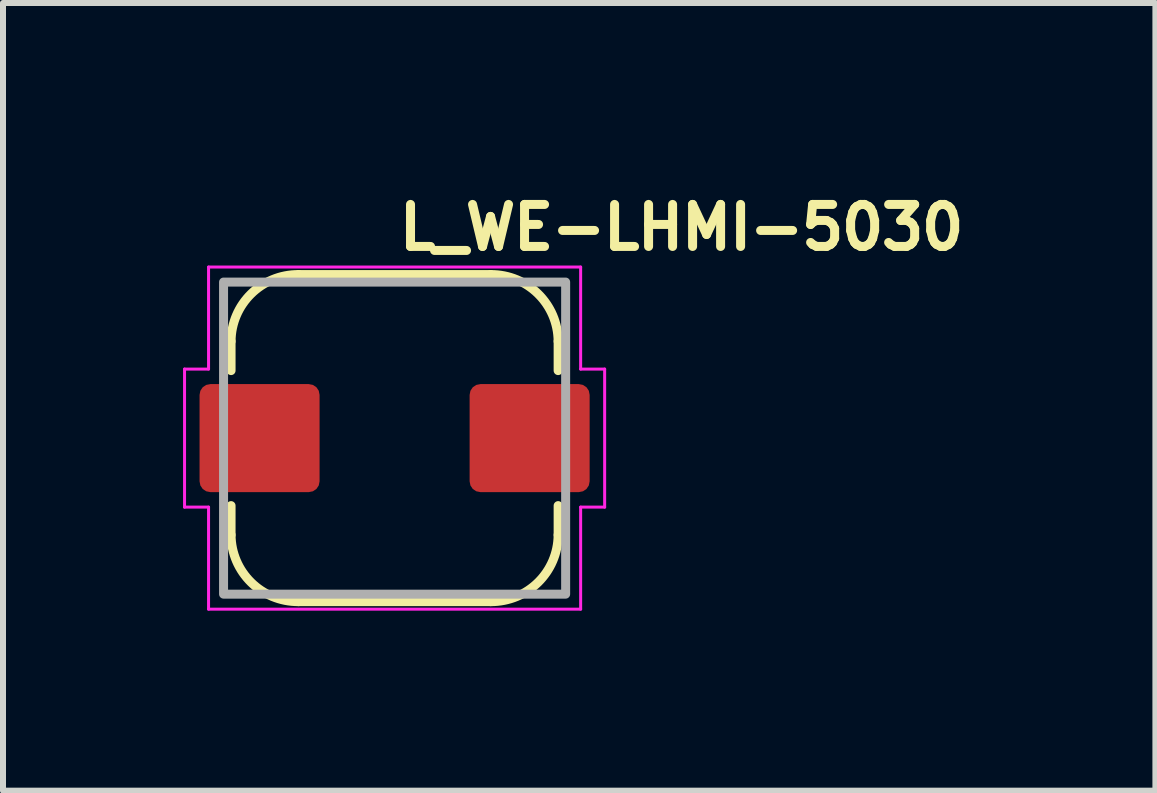
<source format=kicad_pcb>
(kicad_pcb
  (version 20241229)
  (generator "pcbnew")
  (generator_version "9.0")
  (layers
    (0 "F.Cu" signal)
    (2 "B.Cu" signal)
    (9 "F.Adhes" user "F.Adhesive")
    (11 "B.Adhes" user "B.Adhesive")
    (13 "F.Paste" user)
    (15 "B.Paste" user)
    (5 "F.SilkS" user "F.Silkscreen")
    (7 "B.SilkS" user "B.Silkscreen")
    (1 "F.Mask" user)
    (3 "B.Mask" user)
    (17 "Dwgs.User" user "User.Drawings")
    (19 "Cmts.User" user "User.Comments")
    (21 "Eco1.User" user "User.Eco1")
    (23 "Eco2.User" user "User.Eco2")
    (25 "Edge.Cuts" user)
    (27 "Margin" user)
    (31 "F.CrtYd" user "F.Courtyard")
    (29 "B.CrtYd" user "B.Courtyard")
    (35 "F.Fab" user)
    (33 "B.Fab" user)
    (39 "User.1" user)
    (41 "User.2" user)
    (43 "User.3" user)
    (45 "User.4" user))
  (footprint "L_WE-LHMI-5030"
    (layer "F.Cu")
    (at 3.525 4.25)
    (property "Reference" "L_WE-LHMI-5030" (at 0 -3.1 180) (layer "F.SilkS") (effects (font (size 0.7 0.7) (thickness 0.15)) (justify left bottom)))
    (attr smd)
    (fp_line (start -2.725 -1.613) (end -2.725 -1.125) (stroke (width 0.15) (type solid)) (layer "F.SilkS"))
    (fp_line (start -2.725 1.613) (end -2.725 1.125) (stroke (width 0.15) (type solid)) (layer "F.SilkS"))
    (fp_line (start -1.6 -2.725) (end 1.6 -2.725) (stroke (width 0.15) (type solid)) (layer "F.SilkS"))
    (fp_line (start 1.6 2.725) (end -1.6 2.725) (stroke (width 0.15) (type solid)) (layer "F.SilkS"))
    (fp_line (start 2.725 -1.613) (end 2.725 -1.125) (stroke (width 0.15) (type solid)) (layer "F.SilkS"))
    (fp_line (start 2.725 1.613) (end 2.725 1.125) (stroke (width 0.15) (type solid)) (layer "F.SilkS"))
    (fp_arc (start -2.725 -1.6125) (mid -2.392906 -2.401745) (end -1.6 -2.725) (stroke (width 0.15) (type solid)) (layer "F.SilkS"))
    (fp_arc (start -1.6 2.725) (mid -2.392906 2.401745) (end -2.725 1.6125) (stroke (width 0.15) (type solid)) (layer "F.SilkS"))
    (fp_arc (start 1.6 -2.725) (mid 2.392906 -2.401745) (end 2.725 -1.6125) (stroke (width 0.15) (type solid)) (layer "F.SilkS"))
    (fp_arc (start 2.725 1.6125) (mid 2.392906 2.401745) (end 1.6 2.725) (stroke (width 0.15) (type solid)) (layer "F.SilkS"))
    (fp_line (start -3.5 1.15) (end -3.5 -1.15) (stroke (width 0.05) (type solid)) (layer "F.CrtYd"))
    (fp_line (start -3.1 -2.85) (end 3.1 -2.85) (stroke (width 0.05) (type solid)) (layer "F.CrtYd"))
    (fp_line (start -3.1 -1.15) (end -3.5 -1.15) (stroke (width 0.05) (type solid)) (layer "F.CrtYd"))
    (fp_line (start -3.1 -1.15) (end -3.1 -2.85) (stroke (width 0.05) (type solid)) (layer "F.CrtYd"))
    (fp_line (start -3.1 1.15) (end -3.5 1.15) (stroke (width 0.05) (type solid)) (layer "F.CrtYd"))
    (fp_line (start -3.1 2.85) (end -3.1 1.15) (stroke (width 0.05) (type solid)) (layer "F.CrtYd"))
    (fp_line (start 3.1 -2.85) (end 3.1 -1.15) (stroke (width 0.05) (type solid)) (layer "F.CrtYd"))
    (fp_line (start 3.1 -1.15) (end 3.5 -1.15) (stroke (width 0.05) (type solid)) (layer "F.CrtYd"))
    (fp_line (start 3.1 1.15) (end 3.1 2.85) (stroke (width 0.05) (type solid)) (layer "F.CrtYd"))
    (fp_line (start 3.1 1.15) (end 3.5 1.15) (stroke (width 0.05) (type solid)) (layer "F.CrtYd"))
    (fp_line (start 3.1 2.85) (end -3.1 2.85) (stroke (width 0.05) (type solid)) (layer "F.CrtYd"))
    (fp_line (start 3.5 -1.15) (end 3.5 1.15) (stroke (width 0.05) (type solid)) (layer "F.CrtYd"))
    (fp_rect (start -2.85 -2.6) (end 2.85 2.6) (stroke (width 0.15) (type solid)) (fill no) (layer "F.Fab"))
    (fp_rect (start -2.85 -2.6) (end 2.85 2.6) (stroke (width 0.1) (type solid)) (fill no) (layer "User.5"))
    (fp_line (start -2.85 -0.75) (end -2.85 0.75) (stroke (width 0.02) (type solid)) (layer "User.9"))
    (fp_line (start -2.85 -0.75) (end -2.85 0.75) (stroke (width 0.02) (type solid)) (layer "User.9"))
    (fp_line (start -2.6 -0.75) (end -2.85 -0.75) (stroke (width 0.02) (type solid)) (layer "User.9"))
    (fp_line (start -2.6 0.75) (end -2.85 0.75) (stroke (width 0.02) (type solid)) (layer "User.9"))
    (fp_line (start -2.6 1.6) (end -2.6 -1.6) (stroke (width 0.02) (type solid)) (layer "User.9"))
    (fp_line (start -2.6 1.6) (end -2.598 1.651) (stroke (width 0.02) (type solid)) (layer "User.9"))
    (fp_line (start -2.598 -1.651) (end -2.6 -1.6) (stroke (width 0.02) (type solid)) (layer "User.9"))
    (fp_line (start -2.598 1.651) (end -2.594 1.702) (stroke (width 0.02) (type solid)) (layer "User.9"))
    (fp_line (start -2.594 -1.702) (end -2.598 -1.651) (stroke (width 0.02) (type solid)) (layer "User.9"))
    (fp_line (start -2.594 1.702) (end -2.588 1.752) (stroke (width 0.02) (type solid)) (layer "User.9"))
    (fp_line (start -2.588 -1.752) (end -2.594 -1.702) (stroke (width 0.02) (type solid)) (layer "User.9"))
    (fp_line (start -2.588 1.752) (end -2.579 1.801) (stroke (width 0.02) (type solid)) (layer "User.9"))
    (fp_line (start -2.579 -1.801) (end -2.588 -1.752) (stroke (width 0.02) (type solid)) (layer "User.9"))
    (fp_line (start -2.579 1.801) (end -2.568 1.849) (stroke (width 0.02) (type solid)) (layer "User.9"))
    (fp_line (start -2.568 -1.849) (end -2.579 -1.801) (stroke (width 0.02) (type solid)) (layer "User.9"))
    (fp_line (start -2.568 1.849) (end -2.555 1.897) (stroke (width 0.02) (type solid)) (layer "User.9"))
    (fp_line (start -2.555 -1.897) (end -2.568 -1.849) (stroke (width 0.02) (type solid)) (layer "User.9"))
    (fp_line (start -2.555 1.897) (end -2.539 1.943) (stroke (width 0.02) (type solid)) (layer "User.9"))
    (fp_line (start -2.539 -1.943) (end -2.555 -1.897) (stroke (width 0.02) (type solid)) (layer "User.9"))
    (fp_line (start -2.539 1.943) (end -2.521 1.989) (stroke (width 0.02) (type solid)) (layer "User.9"))
    (fp_line (start -2.521 -1.989) (end -2.539 -1.943) (stroke (width 0.02) (type solid)) (layer "User.9"))
    (fp_line (start -2.521 1.989) (end -2.501 2.032) (stroke (width 0.02) (type solid)) (layer "User.9"))
    (fp_line (start -2.501 -2.032) (end -2.521 -1.989) (stroke (width 0.02) (type solid)) (layer "User.9"))
    (fp_line (start -2.501 2.032) (end -2.479 2.076) (stroke (width 0.02) (type solid)) (layer "User.9"))
    (fp_line (start -2.479 -2.076) (end -2.501 -2.032) (stroke (width 0.02) (type solid)) (layer "User.9"))
    (fp_line (start -2.479 2.076) (end -2.455 2.118) (stroke (width 0.02) (type solid)) (layer "User.9"))
    (fp_line (start -2.455 -2.118) (end -2.479 -2.076) (stroke (width 0.02) (type solid)) (layer "User.9"))
    (fp_line (start -2.455 2.118) (end -2.429 2.159) (stroke (width 0.02) (type solid)) (layer "User.9"))
    (fp_line (start -2.429 -2.159) (end -2.455 -2.118) (stroke (width 0.02) (type solid)) (layer "User.9"))
    (fp_line (start -2.429 2.159) (end -2.401 2.198) (stroke (width 0.02) (type solid)) (layer "User.9"))
    (fp_line (start -2.401 -2.198) (end -2.429 -2.159) (stroke (width 0.02) (type solid)) (layer "User.9"))
    (fp_line (start -2.401 2.198) (end -2.371 2.236) (stroke (width 0.02) (type solid)) (layer "User.9"))
    (fp_line (start -2.4 -1.6) (end -2.4 1.6) (stroke (width 0.02) (type solid)) (layer "User.9"))
    (fp_line (start -2.4 1.6) (end -2.399 1.639) (stroke (width 0.02) (type solid)) (layer "User.9"))
    (fp_line (start -2.399 -1.639) (end -2.4 -1.6) (stroke (width 0.02) (type solid)) (layer "User.9"))
    (fp_line (start -2.399 1.639) (end -2.396 1.679) (stroke (width 0.02) (type solid)) (layer "User.9"))
    (fp_line (start -2.396 -1.679) (end -2.399 -1.639) (stroke (width 0.02) (type solid)) (layer "User.9"))
    (fp_line (start -2.396 1.679) (end -2.391 1.718) (stroke (width 0.02) (type solid)) (layer "User.9"))
    (fp_line (start -2.391 -1.718) (end -2.396 -1.679) (stroke (width 0.02) (type solid)) (layer "User.9"))
    (fp_line (start -2.391 1.718) (end -2.384 1.756) (stroke (width 0.02) (type solid)) (layer "User.9"))
    (fp_line (start -2.384 -1.756) (end -2.391 -1.718) (stroke (width 0.02) (type solid)) (layer "User.9"))
    (fp_line (start -2.384 1.756) (end -2.375 1.795) (stroke (width 0.02) (type solid)) (layer "User.9"))
    (fp_line (start -2.375 -1.795) (end -2.384 -1.756) (stroke (width 0.02) (type solid)) (layer "User.9"))
    (fp_line (start -2.375 1.795) (end -2.365 1.832) (stroke (width 0.02) (type solid)) (layer "User.9"))
    (fp_line (start -2.371 -2.236) (end -2.401 -2.198) (stroke (width 0.02) (type solid)) (layer "User.9"))
    (fp_line (start -2.371 2.236) (end -2.34 2.272) (stroke (width 0.02) (type solid)) (layer "User.9"))
    (fp_line (start -2.365 -1.832) (end -2.375 -1.795) (stroke (width 0.02) (type solid)) (layer "User.9"))
    (fp_line (start -2.365 1.832) (end -2.353 1.869) (stroke (width 0.02) (type solid)) (layer "User.9"))
    (fp_line (start -2.353 -1.869) (end -2.365 -1.832) (stroke (width 0.02) (type solid)) (layer "User.9"))
    (fp_line (start -2.353 1.869) (end -2.339 1.906) (stroke (width 0.02) (type solid)) (layer "User.9"))
    (fp_line (start -2.34 -2.272) (end -2.371 -2.236) (stroke (width 0.02) (type solid)) (layer "User.9"))
    (fp_line (start -2.34 2.272) (end -2.307 2.307) (stroke (width 0.02) (type solid)) (layer "User.9"))
    (fp_line (start -2.339 -1.906) (end -2.353 -1.869) (stroke (width 0.02) (type solid)) (layer "User.9"))
    (fp_line (start -2.339 1.906) (end -2.323 1.941) (stroke (width 0.02) (type solid)) (layer "User.9"))
    (fp_line (start -2.323 -1.941) (end -2.339 -1.906) (stroke (width 0.02) (type solid)) (layer "User.9"))
    (fp_line (start -2.323 1.941) (end -2.305 1.976) (stroke (width 0.02) (type solid)) (layer "User.9"))
    (fp_line (start -2.307 -2.307) (end -2.34 -2.272) (stroke (width 0.02) (type solid)) (layer "User.9"))
    (fp_line (start -2.307 2.307) (end -2.272 2.34) (stroke (width 0.02) (type solid)) (layer "User.9"))
    (fp_line (start -2.305 -1.976) (end -2.323 -1.941) (stroke (width 0.02) (type solid)) (layer "User.9"))
    (fp_line (start -2.305 1.976) (end -2.286 2.01) (stroke (width 0.02) (type solid)) (layer "User.9"))
    (fp_line (start -2.286 -2.01) (end -2.305 -1.976) (stroke (width 0.02) (type solid)) (layer "User.9"))
    (fp_line (start -2.286 2.01) (end -2.265 2.043) (stroke (width 0.02) (type solid)) (layer "User.9"))
    (fp_line (start -2.272 -2.34) (end -2.307 -2.307) (stroke (width 0.02) (type solid)) (layer "User.9"))
    (fp_line (start -2.272 2.34) (end -2.236 2.371) (stroke (width 0.02) (type solid)) (layer "User.9"))
    (fp_line (start -2.265 -2.043) (end -2.286 -2.01) (stroke (width 0.02) (type solid)) (layer "User.9"))
    (fp_line (start -2.265 2.043) (end -2.243 2.075) (stroke (width 0.02) (type solid)) (layer "User.9"))
    (fp_line (start -2.243 -2.075) (end -2.265 -2.043) (stroke (width 0.02) (type solid)) (layer "User.9"))
    (fp_line (start -2.243 2.075) (end -2.218 2.107) (stroke (width 0.02) (type solid)) (layer "User.9"))
    (fp_line (start -2.236 -2.371) (end -2.272 -2.34) (stroke (width 0.02) (type solid)) (layer "User.9"))
    (fp_line (start -2.236 2.371) (end -2.198 2.401) (stroke (width 0.02) (type solid)) (layer "User.9"))
    (fp_line (start -2.218 -2.107) (end -2.243 -2.075) (stroke (width 0.02) (type solid)) (layer "User.9"))
    (fp_line (start -2.218 2.107) (end -2.193 2.136) (stroke (width 0.02) (type solid)) (layer "User.9"))
    (fp_line (start -2.198 -2.401) (end -2.236 -2.371) (stroke (width 0.02) (type solid)) (layer "User.9"))
    (fp_line (start -2.198 2.401) (end -2.159 2.429) (stroke (width 0.02) (type solid)) (layer "User.9"))
    (fp_line (start -2.193 -2.136) (end -2.218 -2.107) (stroke (width 0.02) (type solid)) (layer "User.9"))
    (fp_line (start -2.193 2.136) (end -2.165 2.165) (stroke (width 0.02) (type solid)) (layer "User.9"))
    (fp_line (start -2.165 -2.165) (end -2.193 -2.136) (stroke (width 0.02) (type solid)) (layer "User.9"))
    (fp_line (start -2.165 -2.165) (end -2.165 -2.165) (stroke (width 0.02) (type solid)) (layer "User.9"))
    (fp_line (start -2.165 2.165) (end -2.165 2.165) (stroke (width 0.02) (type solid)) (layer "User.9"))
    (fp_line (start -2.165 2.165) (end -2.136 2.193) (stroke (width 0.02) (type solid)) (layer "User.9"))
    (fp_line (start -2.159 -2.429) (end -2.198 -2.401) (stroke (width 0.02) (type solid)) (layer "User.9"))
    (fp_line (start -2.159 2.429) (end -2.118 2.455) (stroke (width 0.02) (type solid)) (layer "User.9"))
    (fp_line (start -2.136 -2.193) (end -2.165 -2.165) (stroke (width 0.02) (type solid)) (layer "User.9"))
    (fp_line (start -2.136 2.193) (end -2.107 2.218) (stroke (width 0.02) (type solid)) (layer "User.9"))
    (fp_line (start -2.118 -2.455) (end -2.159 -2.429) (stroke (width 0.02) (type solid)) (layer "User.9"))
    (fp_line (start -2.118 2.455) (end -2.076 2.479) (stroke (width 0.02) (type solid)) (layer "User.9"))
    (fp_line (start -2.107 -2.218) (end -2.136 -2.193) (stroke (width 0.02) (type solid)) (layer "User.9"))
    (fp_line (start -2.107 2.218) (end -2.075 2.243) (stroke (width 0.02) (type solid)) (layer "User.9"))
    (fp_line (start -2.076 -2.479) (end -2.118 -2.455) (stroke (width 0.02) (type solid)) (layer "User.9"))
    (fp_line (start -2.076 2.479) (end -2.032 2.501) (stroke (width 0.02) (type solid)) (layer "User.9"))
    (fp_line (start -2.075 -2.243) (end -2.107 -2.218) (stroke (width 0.02) (type solid)) (layer "User.9"))
    (fp_line (start -2.075 2.243) (end -2.043 2.265) (stroke (width 0.02) (type solid)) (layer "User.9"))
    (fp_line (start -2.043 -2.265) (end -2.075 -2.243) (stroke (width 0.02) (type solid)) (layer "User.9"))
    (fp_line (start -2.043 2.265) (end -2.01 2.286) (stroke (width 0.02) (type solid)) (layer "User.9"))
    (fp_line (start -2.032 -2.501) (end -2.076 -2.479) (stroke (width 0.02) (type solid)) (layer "User.9"))
    (fp_line (start -2.032 2.501) (end -1.989 2.521) (stroke (width 0.02) (type solid)) (layer "User.9"))
    (fp_line (start -2.01 -2.286) (end -2.043 -2.265) (stroke (width 0.02) (type solid)) (layer "User.9"))
    (fp_line (start -2.01 2.286) (end -1.976 2.305) (stroke (width 0.02) (type solid)) (layer "User.9"))
    (fp_line (start -1.989 -2.521) (end -2.032 -2.501) (stroke (width 0.02) (type solid)) (layer "User.9"))
    (fp_line (start -1.989 2.521) (end -1.943 2.539) (stroke (width 0.02) (type solid)) (layer "User.9"))
    (fp_line (start -1.976 -2.305) (end -2.01 -2.286) (stroke (width 0.02) (type solid)) (layer "User.9"))
    (fp_line (start -1.976 2.305) (end -1.941 2.323) (stroke (width 0.02) (type solid)) (layer "User.9"))
    (fp_line (start -1.943 -2.539) (end -1.989 -2.521) (stroke (width 0.02) (type solid)) (layer "User.9"))
    (fp_line (start -1.943 2.539) (end -1.897 2.555) (stroke (width 0.02) (type solid)) (layer "User.9"))
    (fp_line (start -1.941 -2.323) (end -1.976 -2.305) (stroke (width 0.02) (type solid)) (layer "User.9"))
    (fp_line (start -1.941 2.323) (end -1.906 2.339) (stroke (width 0.02) (type solid)) (layer "User.9"))
    (fp_line (start -1.906 -2.339) (end -1.941 -2.323) (stroke (width 0.02) (type solid)) (layer "User.9"))
    (fp_line (start -1.906 2.339) (end -1.869 2.353) (stroke (width 0.02) (type solid)) (layer "User.9"))
    (fp_line (start -1.897 -2.555) (end -1.943 -2.539) (stroke (width 0.02) (type solid)) (layer "User.9"))
    (fp_line (start -1.897 2.555) (end -1.849 2.568) (stroke (width 0.02) (type solid)) (layer "User.9"))
    (fp_line (start -1.869 -2.353) (end -1.906 -2.339) (stroke (width 0.02) (type solid)) (layer "User.9"))
    (fp_line (start -1.869 2.353) (end -1.832 2.365) (stroke (width 0.02) (type solid)) (layer "User.9"))
    (fp_line (start -1.849 -2.568) (end -1.897 -2.555) (stroke (width 0.02) (type solid)) (layer "User.9"))
    (fp_line (start -1.849 2.568) (end -1.801 2.579) (stroke (width 0.02) (type solid)) (layer "User.9"))
    (fp_line (start -1.832 -2.365) (end -1.869 -2.353) (stroke (width 0.02) (type solid)) (layer "User.9"))
    (fp_line (start -1.832 2.365) (end -1.795 2.375) (stroke (width 0.02) (type solid)) (layer "User.9"))
    (fp_line (start -1.801 -2.579) (end -1.849 -2.568) (stroke (width 0.02) (type solid)) (layer "User.9"))
    (fp_line (start -1.801 2.579) (end -1.752 2.588) (stroke (width 0.02) (type solid)) (layer "User.9"))
    (fp_line (start -1.795 -2.375) (end -1.832 -2.365) (stroke (width 0.02) (type solid)) (layer "User.9"))
    (fp_line (start -1.795 2.375) (end -1.756 2.384) (stroke (width 0.02) (type solid)) (layer "User.9"))
    (fp_line (start -1.756 -2.384) (end -1.795 -2.375) (stroke (width 0.02) (type solid)) (layer "User.9"))
    (fp_line (start -1.756 2.384) (end -1.718 2.391) (stroke (width 0.02) (type solid)) (layer "User.9"))
    (fp_line (start -1.752 -2.588) (end -1.801 -2.579) (stroke (width 0.02) (type solid)) (layer "User.9"))
    (fp_line (start -1.752 2.588) (end -1.702 2.594) (stroke (width 0.02) (type solid)) (layer "User.9"))
    (fp_line (start -1.718 -2.391) (end -1.756 -2.384) (stroke (width 0.02) (type solid)) (layer "User.9"))
    (fp_line (start -1.718 2.391) (end -1.679 2.396) (stroke (width 0.02) (type solid)) (layer "User.9"))
    (fp_line (start -1.702 -2.594) (end -1.752 -2.588) (stroke (width 0.02) (type solid)) (layer "User.9"))
    (fp_line (start -1.702 2.594) (end -1.651 2.598) (stroke (width 0.02) (type solid)) (layer "User.9"))
    (fp_line (start -1.679 -2.396) (end -1.718 -2.391) (stroke (width 0.02) (type solid)) (layer "User.9"))
    (fp_line (start -1.679 2.396) (end -1.639 2.399) (stroke (width 0.02) (type solid)) (layer "User.9"))
    (fp_line (start -1.651 -2.598) (end -1.702 -2.594) (stroke (width 0.02) (type solid)) (layer "User.9"))
    (fp_line (start -1.651 2.598) (end -1.6 2.6) (stroke (width 0.02) (type solid)) (layer "User.9"))
    (fp_line (start -1.639 -2.399) (end -1.679 -2.396) (stroke (width 0.02) (type solid)) (layer "User.9"))
    (fp_line (start -1.639 2.399) (end -1.6 2.4) (stroke (width 0.02) (type solid)) (layer "User.9"))
    (fp_line (start -1.6 -2.6) (end -1.651 -2.598) (stroke (width 0.02) (type solid)) (layer "User.9"))
    (fp_line (start -1.6 -2.6) (end 1.6 -2.6) (stroke (width 0.02) (type solid)) (layer "User.9"))
    (fp_line (start -1.6 -2.4) (end -1.639 -2.399) (stroke (width 0.02) (type solid)) (layer "User.9"))
    (fp_line (start -1.6 2.4) (end 1.6 2.4) (stroke (width 0.02) (type solid)) (layer "User.9"))
    (fp_line (start 1.6 -2.4) (end -1.6 -2.4) (stroke (width 0.02) (type solid)) (layer "User.9"))
    (fp_line (start 1.6 2.4) (end 1.639 2.399) (stroke (width 0.02) (type solid)) (layer "User.9"))
    (fp_line (start 1.6 2.6) (end -1.6 2.6) (stroke (width 0.02) (type solid)) (layer "User.9"))
    (fp_line (start 1.6 2.6) (end 1.651 2.598) (stroke (width 0.02) (type solid)) (layer "User.9"))
    (fp_line (start 1.639 -2.399) (end 1.6 -2.4) (stroke (width 0.02) (type solid)) (layer "User.9"))
    (fp_line (start 1.639 2.399) (end 1.679 2.396) (stroke (width 0.02) (type solid)) (layer "User.9"))
    (fp_line (start 1.651 -2.598) (end 1.6 -2.6) (stroke (width 0.02) (type solid)) (layer "User.9"))
    (fp_line (start 1.651 2.598) (end 1.702 2.594) (stroke (width 0.02) (type solid)) (layer "User.9"))
    (fp_line (start 1.679 -2.396) (end 1.639 -2.399) (stroke (width 0.02) (type solid)) (layer "User.9"))
    (fp_line (start 1.679 2.396) (end 1.718 2.391) (stroke (width 0.02) (type solid)) (layer "User.9"))
    (fp_line (start 1.702 -2.594) (end 1.651 -2.598) (stroke (width 0.02) (type solid)) (layer "User.9"))
    (fp_line (start 1.702 2.594) (end 1.752 2.588) (stroke (width 0.02) (type solid)) (layer "User.9"))
    (fp_line (start 1.718 -2.391) (end 1.679 -2.396) (stroke (width 0.02) (type solid)) (layer "User.9"))
    (fp_line (start 1.718 2.391) (end 1.756 2.384) (stroke (width 0.02) (type solid)) (layer "User.9"))
    (fp_line (start 1.752 -2.588) (end 1.702 -2.594) (stroke (width 0.02) (type solid)) (layer "User.9"))
    (fp_line (start 1.752 2.588) (end 1.801 2.579) (stroke (width 0.02) (type solid)) (layer "User.9"))
    (fp_line (start 1.756 -2.384) (end 1.718 -2.391) (stroke (width 0.02) (type solid)) (layer "User.9"))
    (fp_line (start 1.756 2.384) (end 1.795 2.375) (stroke (width 0.02) (type solid)) (layer "User.9"))
    (fp_line (start 1.795 -2.375) (end 1.756 -2.384) (stroke (width 0.02) (type solid)) (layer "User.9"))
    (fp_line (start 1.795 2.375) (end 1.832 2.365) (stroke (width 0.02) (type solid)) (layer "User.9"))
    (fp_line (start 1.801 -2.579) (end 1.752 -2.588) (stroke (width 0.02) (type solid)) (layer "User.9"))
    (fp_line (start 1.801 2.579) (end 1.849 2.568) (stroke (width 0.02) (type solid)) (layer "User.9"))
    (fp_line (start 1.832 -2.365) (end 1.795 -2.375) (stroke (width 0.02) (type solid)) (layer "User.9"))
    (fp_line (start 1.832 2.365) (end 1.869 2.353) (stroke (width 0.02) (type solid)) (layer "User.9"))
    (fp_line (start 1.849 -2.568) (end 1.801 -2.579) (stroke (width 0.02) (type solid)) (layer "User.9"))
    (fp_line (start 1.849 2.568) (end 1.897 2.555) (stroke (width 0.02) (type solid)) (layer "User.9"))
    (fp_line (start 1.869 -2.353) (end 1.832 -2.365) (stroke (width 0.02) (type solid)) (layer "User.9"))
    (fp_line (start 1.869 2.353) (end 1.906 2.339) (stroke (width 0.02) (type solid)) (layer "User.9"))
    (fp_line (start 1.897 -2.555) (end 1.849 -2.568) (stroke (width 0.02) (type solid)) (layer "User.9"))
    (fp_line (start 1.897 2.555) (end 1.943 2.539) (stroke (width 0.02) (type solid)) (layer "User.9"))
    (fp_line (start 1.906 -2.339) (end 1.869 -2.353) (stroke (width 0.02) (type solid)) (layer "User.9"))
    (fp_line (start 1.906 2.339) (end 1.941 2.323) (stroke (width 0.02) (type solid)) (layer "User.9"))
    (fp_line (start 1.941 -2.323) (end 1.906 -2.339) (stroke (width 0.02) (type solid)) (layer "User.9"))
    (fp_line (start 1.941 2.323) (end 1.976 2.305) (stroke (width 0.02) (type solid)) (layer "User.9"))
    (fp_line (start 1.943 -2.539) (end 1.897 -2.555) (stroke (width 0.02) (type solid)) (layer "User.9"))
    (fp_line (start 1.943 2.539) (end 1.989 2.521) (stroke (width 0.02) (type solid)) (layer "User.9"))
    (fp_line (start 1.976 -2.305) (end 1.941 -2.323) (stroke (width 0.02) (type solid)) (layer "User.9"))
    (fp_line (start 1.976 2.305) (end 2.01 2.286) (stroke (width 0.02) (type solid)) (layer "User.9"))
    (fp_line (start 1.989 -2.521) (end 1.943 -2.539) (stroke (width 0.02) (type solid)) (layer "User.9"))
    (fp_line (start 1.989 2.521) (end 2.032 2.501) (stroke (width 0.02) (type solid)) (layer "User.9"))
    (fp_line (start 2.01 -2.286) (end 1.976 -2.305) (stroke (width 0.02) (type solid)) (layer "User.9"))
    (fp_line (start 2.01 2.286) (end 2.043 2.265) (stroke (width 0.02) (type solid)) (layer "User.9"))
    (fp_line (start 2.032 -2.501) (end 1.989 -2.521) (stroke (width 0.02) (type solid)) (layer "User.9"))
    (fp_line (start 2.032 2.501) (end 2.076 2.479) (stroke (width 0.02) (type solid)) (layer "User.9"))
    (fp_line (start 2.043 -2.265) (end 2.01 -2.286) (stroke (width 0.02) (type solid)) (layer "User.9"))
    (fp_line (start 2.043 2.265) (end 2.075 2.243) (stroke (width 0.02) (type solid)) (layer "User.9"))
    (fp_line (start 2.075 -2.243) (end 2.043 -2.265) (stroke (width 0.02) (type solid)) (layer "User.9"))
    (fp_line (start 2.075 2.243) (end 2.107 2.218) (stroke (width 0.02) (type solid)) (layer "User.9"))
    (fp_line (start 2.076 -2.479) (end 2.032 -2.501) (stroke (width 0.02) (type solid)) (layer "User.9"))
    (fp_line (start 2.076 2.479) (end 2.118 2.455) (stroke (width 0.02) (type solid)) (layer "User.9"))
    (fp_line (start 2.107 -2.218) (end 2.075 -2.243) (stroke (width 0.02) (type solid)) (layer "User.9"))
    (fp_line (start 2.107 2.218) (end 2.136 2.193) (stroke (width 0.02) (type solid)) (layer "User.9"))
    (fp_line (start 2.118 -2.455) (end 2.076 -2.479) (stroke (width 0.02) (type solid)) (layer "User.9"))
    (fp_line (start 2.118 2.455) (end 2.159 2.429) (stroke (width 0.02) (type solid)) (layer "User.9"))
    (fp_line (start 2.136 -2.193) (end 2.107 -2.218) (stroke (width 0.02) (type solid)) (layer "User.9"))
    (fp_line (start 2.136 2.193) (end 2.165 2.165) (stroke (width 0.02) (type solid)) (layer "User.9"))
    (fp_line (start 2.159 -2.429) (end 2.118 -2.455) (stroke (width 0.02) (type solid)) (layer "User.9"))
    (fp_line (start 2.159 2.429) (end 2.198 2.401) (stroke (width 0.02) (type solid)) (layer "User.9"))
    (fp_line (start 2.165 -2.165) (end 2.136 -2.193) (stroke (width 0.02) (type solid)) (layer "User.9"))
    (fp_line (start 2.165 -2.165) (end 2.165 -2.165) (stroke (width 0.02) (type solid)) (layer "User.9"))
    (fp_line (start 2.165 2.165) (end 2.165 2.165) (stroke (width 0.02) (type solid)) (layer "User.9"))
    (fp_line (start 2.165 2.165) (end 2.193 2.136) (stroke (width 0.02) (type solid)) (layer "User.9"))
    (fp_line (start 2.193 -2.136) (end 2.165 -2.165) (stroke (width 0.02) (type solid)) (layer "User.9"))
    (fp_line (start 2.193 2.136) (end 2.218 2.107) (stroke (width 0.02) (type solid)) (layer "User.9"))
    (fp_line (start 2.198 -2.401) (end 2.159 -2.429) (stroke (width 0.02) (type solid)) (layer "User.9"))
    (fp_line (start 2.198 2.401) (end 2.236 2.371) (stroke (width 0.02) (type solid)) (layer "User.9"))
    (fp_line (start 2.218 -2.107) (end 2.193 -2.136) (stroke (width 0.02) (type solid)) (layer "User.9"))
    (fp_line (start 2.218 2.107) (end 2.243 2.075) (stroke (width 0.02) (type solid)) (layer "User.9"))
    (fp_line (start 2.236 -2.371) (end 2.198 -2.401) (stroke (width 0.02) (type solid)) (layer "User.9"))
    (fp_line (start 2.236 2.371) (end 2.272 2.34) (stroke (width 0.02) (type solid)) (layer "User.9"))
    (fp_line (start 2.243 -2.075) (end 2.218 -2.107) (stroke (width 0.02) (type solid)) (layer "User.9"))
    (fp_line (start 2.243 2.075) (end 2.265 2.043) (stroke (width 0.02) (type solid)) (layer "User.9"))
    (fp_line (start 2.265 -2.043) (end 2.243 -2.075) (stroke (width 0.02) (type solid)) (layer "User.9"))
    (fp_line (start 2.265 2.043) (end 2.286 2.01) (stroke (width 0.02) (type solid)) (layer "User.9"))
    (fp_line (start 2.272 -2.34) (end 2.236 -2.371) (stroke (width 0.02) (type solid)) (layer "User.9"))
    (fp_line (start 2.272 2.34) (end 2.307 2.307) (stroke (width 0.02) (type solid)) (layer "User.9"))
    (fp_line (start 2.286 -2.01) (end 2.265 -2.043) (stroke (width 0.02) (type solid)) (layer "User.9"))
    (fp_line (start 2.286 2.01) (end 2.305 1.976) (stroke (width 0.02) (type solid)) (layer "User.9"))
    (fp_line (start 2.305 -1.976) (end 2.286 -2.01) (stroke (width 0.02) (type solid)) (layer "User.9"))
    (fp_line (start 2.305 1.976) (end 2.323 1.941) (stroke (width 0.02) (type solid)) (layer "User.9"))
    (fp_line (start 2.307 -2.307) (end 2.272 -2.34) (stroke (width 0.02) (type solid)) (layer "User.9"))
    (fp_line (start 2.307 2.307) (end 2.34 2.272) (stroke (width 0.02) (type solid)) (layer "User.9"))
    (fp_line (start 2.323 -1.941) (end 2.305 -1.976) (stroke (width 0.02) (type solid)) (layer "User.9"))
    (fp_line (start 2.323 1.941) (end 2.339 1.906) (stroke (width 0.02) (type solid)) (layer "User.9"))
    (fp_line (start 2.339 -1.906) (end 2.323 -1.941) (stroke (width 0.02) (type solid)) (layer "User.9"))
    (fp_line (start 2.339 1.906) (end 2.353 1.869) (stroke (width 0.02) (type solid)) (layer "User.9"))
    (fp_line (start 2.34 -2.272) (end 2.307 -2.307) (stroke (width 0.02) (type solid)) (layer "User.9"))
    (fp_line (start 2.34 2.272) (end 2.371 2.236) (stroke (width 0.02) (type solid)) (layer "User.9"))
    (fp_line (start 2.353 -1.869) (end 2.339 -1.906) (stroke (width 0.02) (type solid)) (layer "User.9"))
    (fp_line (start 2.353 1.869) (end 2.365 1.832) (stroke (width 0.02) (type solid)) (layer "User.9"))
    (fp_line (start 2.365 -1.832) (end 2.353 -1.869) (stroke (width 0.02) (type solid)) (layer "User.9"))
    (fp_line (start 2.365 1.832) (end 2.375 1.795) (stroke (width 0.02) (type solid)) (layer "User.9"))
    (fp_line (start 2.371 -2.236) (end 2.34 -2.272) (stroke (width 0.02) (type solid)) (layer "User.9"))
    (fp_line (start 2.371 2.236) (end 2.401 2.198) (stroke (width 0.02) (type solid)) (layer "User.9"))
    (fp_line (start 2.375 -1.795) (end 2.365 -1.832) (stroke (width 0.02) (type solid)) (layer "User.9"))
    (fp_line (start 2.375 1.795) (end 2.384 1.756) (stroke (width 0.02) (type solid)) (layer "User.9"))
    (fp_line (start 2.384 -1.756) (end 2.375 -1.795) (stroke (width 0.02) (type solid)) (layer "User.9"))
    (fp_line (start 2.384 1.756) (end 2.391 1.718) (stroke (width 0.02) (type solid)) (layer "User.9"))
    (fp_line (start 2.391 -1.718) (end 2.384 -1.756) (stroke (width 0.02) (type solid)) (layer "User.9"))
    (fp_line (start 2.391 1.718) (end 2.396 1.679) (stroke (width 0.02) (type solid)) (layer "User.9"))
    (fp_line (start 2.396 -1.679) (end 2.391 -1.718) (stroke (width 0.02) (type solid)) (layer "User.9"))
    (fp_line (start 2.396 1.679) (end 2.399 1.639) (stroke (width 0.02) (type solid)) (layer "User.9"))
    (fp_line (start 2.399 -1.639) (end 2.396 -1.679) (stroke (width 0.02) (type solid)) (layer "User.9"))
    (fp_line (start 2.399 1.639) (end 2.4 1.6) (stroke (width 0.02) (type solid)) (layer "User.9"))
    (fp_line (start 2.4 -1.6) (end 2.399 -1.639) (stroke (width 0.02) (type solid)) (layer "User.9"))
    (fp_line (start 2.4 1.6) (end 2.4 -1.6) (stroke (width 0.02) (type solid)) (layer "User.9"))
    (fp_line (start 2.401 -2.198) (end 2.371 -2.236) (stroke (width 0.02) (type solid)) (layer "User.9"))
    (fp_line (start 2.401 2.198) (end 2.429 2.159) (stroke (width 0.02) (type solid)) (layer "User.9"))
    (fp_line (start 2.429 -2.159) (end 2.401 -2.198) (stroke (width 0.02) (type solid)) (layer "User.9"))
    (fp_line (start 2.429 2.159) (end 2.455 2.118) (stroke (width 0.02) (type solid)) (layer "User.9"))
    (fp_line (start 2.455 -2.118) (end 2.429 -2.159) (stroke (width 0.02) (type solid)) (layer "User.9"))
    (fp_line (start 2.455 2.118) (end 2.479 2.076) (stroke (width 0.02) (type solid)) (layer "User.9"))
    (fp_line (start 2.479 -2.076) (end 2.455 -2.118) (stroke (width 0.02) (type solid)) (layer "User.9"))
    (fp_line (start 2.479 2.076) (end 2.501 2.032) (stroke (width 0.02) (type solid)) (layer "User.9"))
    (fp_line (start 2.501 -2.032) (end 2.479 -2.076) (stroke (width 0.02) (type solid)) (layer "User.9"))
    (fp_line (start 2.501 2.032) (end 2.521 1.989) (stroke (width 0.02) (type solid)) (layer "User.9"))
    (fp_line (start 2.521 -1.989) (end 2.501 -2.032) (stroke (width 0.02) (type solid)) (layer "User.9"))
    (fp_line (start 2.521 1.989) (end 2.539 1.943) (stroke (width 0.02) (type solid)) (layer "User.9"))
    (fp_line (start 2.539 -1.943) (end 2.521 -1.989) (stroke (width 0.02) (type solid)) (layer "User.9"))
    (fp_line (start 2.539 1.943) (end 2.555 1.897) (stroke (width 0.02) (type solid)) (layer "User.9"))
    (fp_line (start 2.555 -1.897) (end 2.539 -1.943) (stroke (width 0.02) (type solid)) (layer "User.9"))
    (fp_line (start 2.555 1.897) (end 2.568 1.849) (stroke (width 0.02) (type solid)) (layer "User.9"))
    (fp_line (start 2.568 -1.849) (end 2.555 -1.897) (stroke (width 0.02) (type solid)) (layer "User.9"))
    (fp_line (start 2.568 1.849) (end 2.579 1.801) (stroke (width 0.02) (type solid)) (layer "User.9"))
    (fp_line (start 2.579 -1.801) (end 2.568 -1.849) (stroke (width 0.02) (type solid)) (layer "User.9"))
    (fp_line (start 2.579 1.801) (end 2.588 1.752) (stroke (width 0.02) (type solid)) (layer "User.9"))
    (fp_line (start 2.588 -1.752) (end 2.579 -1.801) (stroke (width 0.02) (type solid)) (layer "User.9"))
    (fp_line (start 2.588 1.752) (end 2.594 1.702) (stroke (width 0.02) (type solid)) (layer "User.9"))
    (fp_line (start 2.594 -1.702) (end 2.588 -1.752) (stroke (width 0.02) (type solid)) (layer "User.9"))
    (fp_line (start 2.594 1.702) (end 2.598 1.651) (stroke (width 0.02) (type solid)) (layer "User.9"))
    (fp_line (start 2.598 -1.651) (end 2.594 -1.702) (stroke (width 0.02) (type solid)) (layer "User.9"))
    (fp_line (start 2.598 1.651) (end 2.6 1.6) (stroke (width 0.02) (type solid)) (layer "User.9"))
    (fp_line (start 2.6 -1.6) (end 2.598 -1.651) (stroke (width 0.02) (type solid)) (layer "User.9"))
    (fp_line (start 2.6 -1.6) (end 2.6 1.6) (stroke (width 0.02) (type solid)) (layer "User.9"))
    (fp_line (start 2.85 -0.75) (end 2.6 -0.75) (stroke (width 0.02) (type solid)) (layer "User.9"))
    (fp_line (start 2.85 -0.75) (end 2.85 0.75) (stroke (width 0.02) (type solid)) (layer "User.9"))
    (fp_line (start 2.85 -0.75) (end 2.85 0.75) (stroke (width 0.02) (type solid)) (layer "User.9"))
    (fp_line (start 2.85 0.75) (end 2.6 0.75) (stroke (width 0.02) (type solid)) (layer "User.9"))
    (pad "1" smd roundrect (at -2.25 0 180) (size 2 1.8) (layers "F.Cu" "F.Mask" "F.Paste") (roundrect_rratio 0.1))
    (pad "2" smd roundrect (at 2.25 0) (size 2 1.8) (layers "F.Cu" "F.Mask" "F.Paste") (roundrect_rratio 0.1)))
  (gr_rect
    (start -3 -3)
    (end 16.202 10.125)
    (stroke (width 0.1) (type default))
    (fill no)
    (layer "Edge.Cuts")))
</source>
